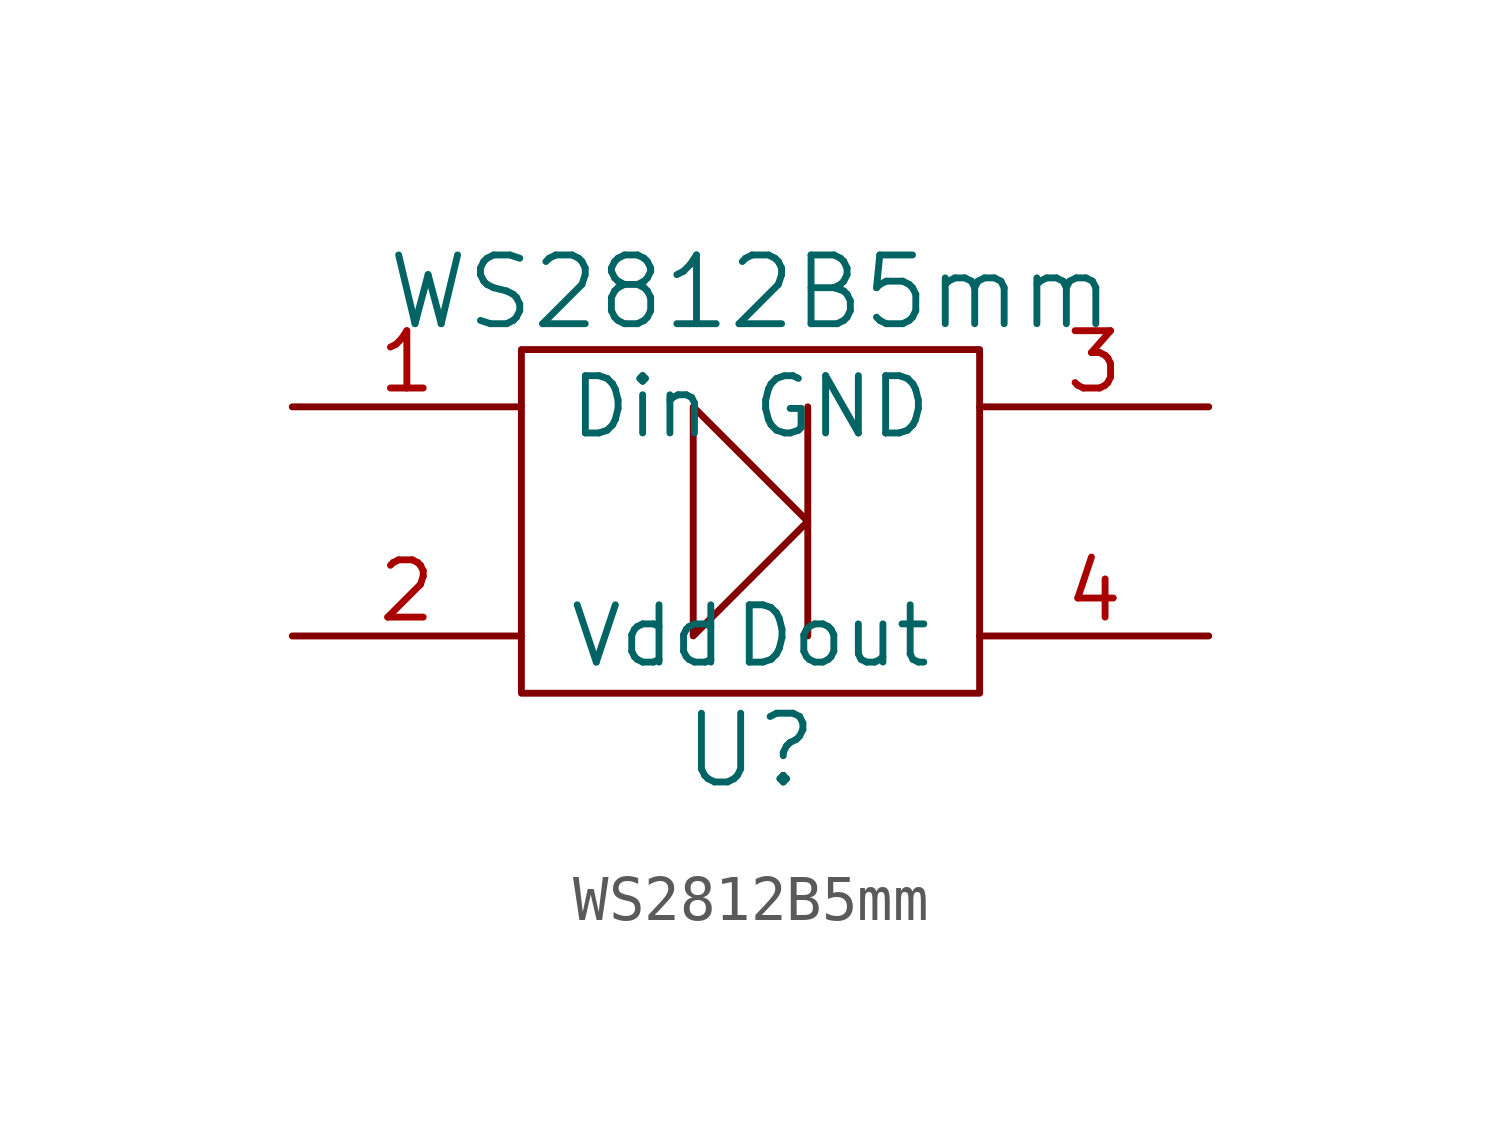
<source format=kicad_sym>
(kicad_symbol_lib
  (version 20211014)
  (generator kicad_symbol_editor)
  (symbol "WS2812B5mm"
    (pin_names
      (offset 1.016))
    (property "Reference" "U"
      (at 0 -5.08 0)
      (effects (font (size 1.524 1.524))))
    (property "Value" "WS2812B5mm"
      (at 0 5.08 0)
      (effects (font (size 1.524 1.524))))
    (symbol "WS2812B5mm_0_1"
      (rectangle (start -5.08 3.81) (end 5.08 -3.81) (stroke (width 0) (type default) (color 0 0 0 0)) (fill (type none)))
      (polyline (pts (xy 1.27 2.54) (xy 1.27 -2.54)) (stroke (width 0) (type default) (color 0 0 0 0)) (fill (type none)))
      (polyline (pts (xy -1.27 2.54) (xy -1.27 -2.54) (xy 1.27 0) (xy -1.27 2.54)) (stroke (width 0) (type default) (color 0 0 0 0)) (fill (type none))))
    (symbol "WS2812B5mm_1_1"
      (pin input line (at -10.16 2.54 0) (length 5.08) (name "Din" (effects (font (size 1.27 1.27)))) (number "1" (effects (font (size 1.27 1.27)))))
      (pin input line (at -10.16 -2.54 0) (length 5.08) (name "Vdd" (effects (font (size 1.27 1.27)))) (number "2" (effects (font (size 1.27 1.27)))))
      (pin input line (at 10.16 2.54 180) (length 5.08) (name "GND" (effects (font (size 1.27 1.27)))) (number "3" (effects (font (size 1.27 1.27)))))
      (pin input line (at 10.16 -2.54 180) (length 5.08) (name "Dout" (effects (font (size 1.27 1.27)))) (number "4" (effects (font (size 1.27 1.27))))))))
</source>
